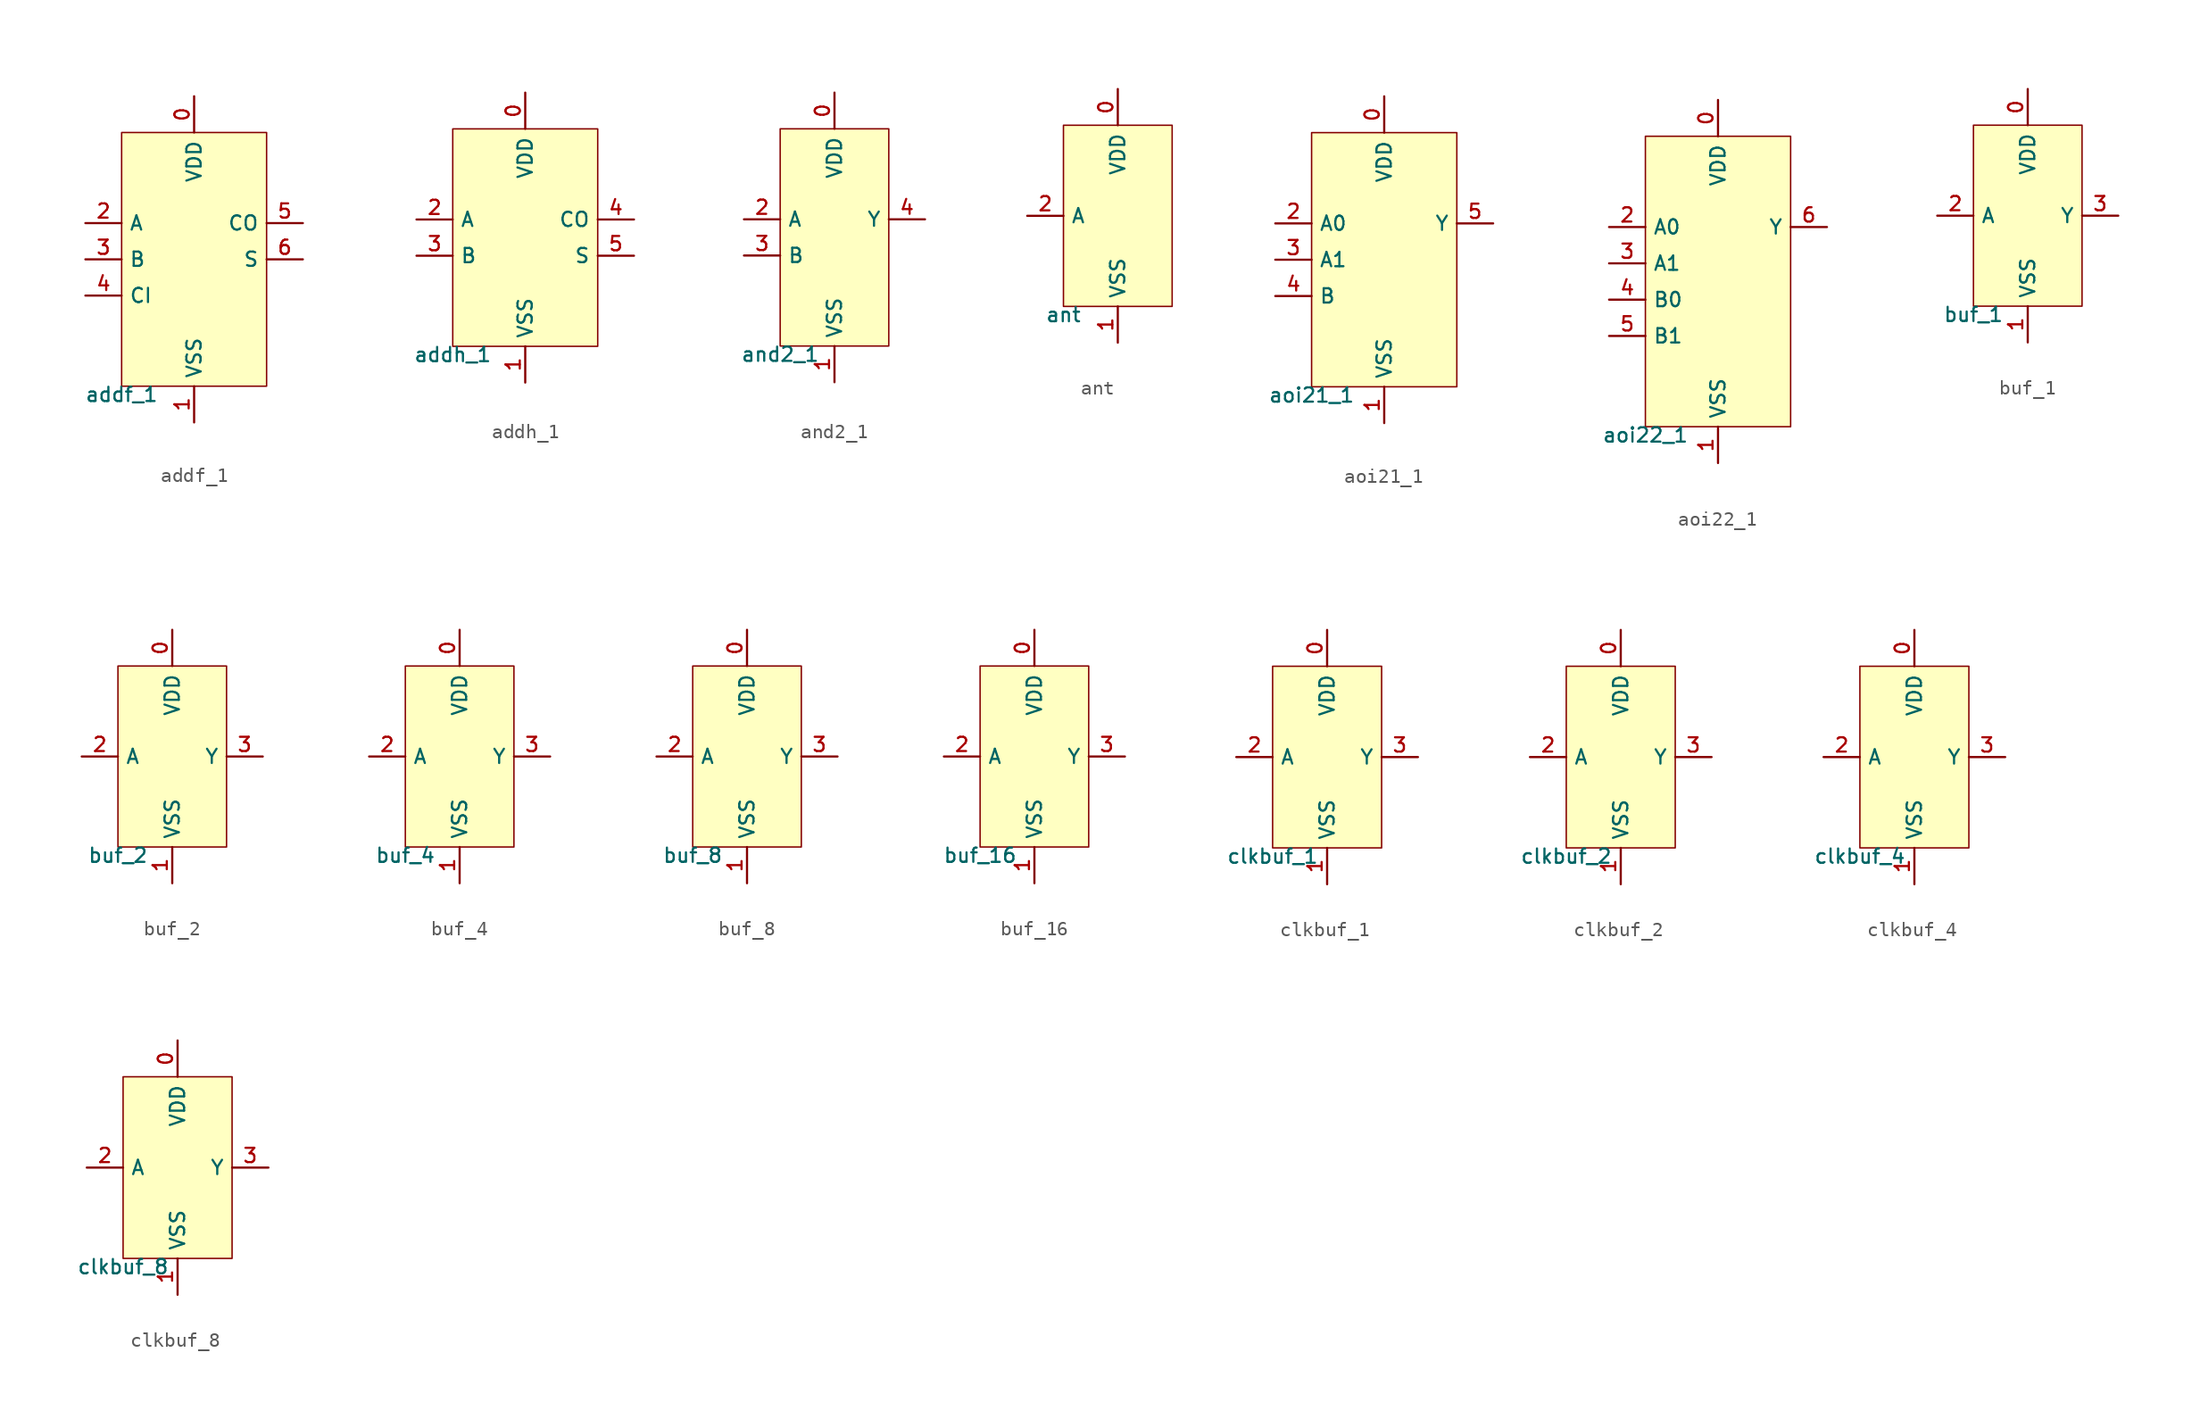
<source format=kicad_sym>
(kicad_symbol_lib
  (version 20211014)
  (generator pdk2kicad)
  (symbol "addf_1"
    (property "Reference" "X"
      (at 0 0 0)
      (effects (font (size 1 1)) hide))
    (property "Value" "addf_1"
      (at -5.08 -8.89 0)
      (effects (font (size 1 1)) (justify top)))
    (rectangle
      (start -5.08 -8.89)
      (end 5.08 8.89)
      (stroke (width 0.1) (type solid) (color 0 0 0 0))
      (fill (type background)))
    (pin power_in line
      (at 0.0 11.43 270)
      (length 2.54)
      (name "VDD" (effects (font (size 1 1)) hide))
      (number "0" (effects (font (size 1 1)) hide)))
    (pin power_in line
      (at 0.0 -11.43 90)
      (length 2.54)
      (name "VSS" (effects (font (size 1 1)) hide))
      (number "1" (effects (font (size 1 1)) hide)))
    (pin input line
      (at -7.62 2.54 0)
      (length 2.54)
      (name "A" (effects (font (size 1 1)) hide))
      (number "2" (effects (font (size 1 1)) hide)))
    (pin input line
      (at -7.62 4.440892098500626e-16 0)
      (length 2.54)
      (name "B" (effects (font (size 1 1)) hide))
      (number "3" (effects (font (size 1 1)) hide)))
    (pin input line
      (at -7.62 -2.54 0)
      (length 2.54)
      (name "CI" (effects (font (size 1 1)) hide))
      (number "4" (effects (font (size 1 1)) hide)))
    (pin output line
      (at 7.62 2.54 180)
      (length 2.54)
      (name "CO" (effects (font (size 1 1)) hide))
      (number "5" (effects (font (size 1 1)) hide)))
    (pin output line
      (at 7.62 4.440892098500626e-16 180)
      (length 2.54)
      (name "S" (effects (font (size 1 1)) hide))
      (number "6" (effects (font (size 1 1)) hide))))
  (symbol "addh_1"
    (property "Reference" "X"
      (at 0 0 0)
      (effects (font (size 1 1)) hide))
    (property "Value" "addh_1"
      (at -5.08 -7.62 0)
      (effects (font (size 1 1)) (justify top)))
    (rectangle
      (start -5.08 -7.62)
      (end 5.08 7.62)
      (stroke (width 0.1) (type solid) (color 0 0 0 0))
      (fill (type background)))
    (pin power_in line
      (at 0.0 10.16 270)
      (length 2.54)
      (name "VDD" (effects (font (size 1 1)) hide))
      (number "0" (effects (font (size 1 1)) hide)))
    (pin power_in line
      (at 0.0 -10.16 90)
      (length 2.54)
      (name "VSS" (effects (font (size 1 1)) hide))
      (number "1" (effects (font (size 1 1)) hide)))
    (pin input line
      (at -7.62 1.27 0)
      (length 2.54)
      (name "A" (effects (font (size 1 1)) hide))
      (number "2" (effects (font (size 1 1)) hide)))
    (pin input line
      (at -7.62 -1.27 0)
      (length 2.54)
      (name "B" (effects (font (size 1 1)) hide))
      (number "3" (effects (font (size 1 1)) hide)))
    (pin output line
      (at 7.62 1.27 180)
      (length 2.54)
      (name "CO" (effects (font (size 1 1)) hide))
      (number "4" (effects (font (size 1 1)) hide)))
    (pin output line
      (at 7.62 -1.27 180)
      (length 2.54)
      (name "S" (effects (font (size 1 1)) hide))
      (number "5" (effects (font (size 1 1)) hide))))
  (symbol "and2_1"
    (property "Reference" "X"
      (at 0 0 0)
      (effects (font (size 1 1)) hide))
    (property "Value" "and2_1"
      (at -3.81 -7.62 0)
      (effects (font (size 1 1)) (justify top)))
    (rectangle
      (start -3.81 -7.62)
      (end 3.81 7.62)
      (stroke (width 0.1) (type solid) (color 0 0 0 0))
      (fill (type background)))
    (pin power_in line
      (at 0.0 10.16 270)
      (length 2.54)
      (name "VDD" (effects (font (size 1 1)) hide))
      (number "0" (effects (font (size 1 1)) hide)))
    (pin power_in line
      (at 0.0 -10.16 90)
      (length 2.54)
      (name "VSS" (effects (font (size 1 1)) hide))
      (number "1" (effects (font (size 1 1)) hide)))
    (pin input line
      (at -6.35 1.27 0)
      (length 2.54)
      (name "A" (effects (font (size 1 1)) hide))
      (number "2" (effects (font (size 1 1)) hide)))
    (pin input line
      (at -6.35 -1.27 0)
      (length 2.54)
      (name "B" (effects (font (size 1 1)) hide))
      (number "3" (effects (font (size 1 1)) hide)))
    (pin output line
      (at 6.35 1.27 180)
      (length 2.54)
      (name "Y" (effects (font (size 1 1)) hide))
      (number "4" (effects (font (size 1 1)) hide))))
  (symbol "ant"
    (property "Reference" "X"
      (at 0 0 0)
      (effects (font (size 1 1)) hide))
    (property "Value" "ant"
      (at -3.81 -6.35 0)
      (effects (font (size 1 1)) (justify top)))
    (rectangle
      (start -3.81 -6.35)
      (end 3.81 6.35)
      (stroke (width 0.1) (type solid) (color 0 0 0 0))
      (fill (type background)))
    (pin power_in line
      (at 0.0 8.89 270)
      (length 2.54)
      (name "VDD" (effects (font (size 1 1)) hide))
      (number "0" (effects (font (size 1 1)) hide)))
    (pin power_in line
      (at 0.0 -8.89 90)
      (length 2.54)
      (name "VSS" (effects (font (size 1 1)) hide))
      (number "1" (effects (font (size 1 1)) hide)))
    (pin input line
      (at -6.35 -4.440892098500626e-16 0)
      (length 2.54)
      (name "A" (effects (font (size 1 1)) hide))
      (number "2" (effects (font (size 1 1)) hide))))
  (symbol "aoi21_1"
    (property "Reference" "X"
      (at 0 0 0)
      (effects (font (size 1 1)) hide))
    (property "Value" "aoi21_1"
      (at -5.08 -8.89 0)
      (effects (font (size 1 1)) (justify top)))
    (rectangle
      (start -5.08 -8.89)
      (end 5.08 8.89)
      (stroke (width 0.1) (type solid) (color 0 0 0 0))
      (fill (type background)))
    (pin power_in line
      (at 0.0 11.43 270)
      (length 2.54)
      (name "VDD" (effects (font (size 1 1)) hide))
      (number "0" (effects (font (size 1 1)) hide)))
    (pin power_in line
      (at 0.0 -11.43 90)
      (length 2.54)
      (name "VSS" (effects (font (size 1 1)) hide))
      (number "1" (effects (font (size 1 1)) hide)))
    (pin input line
      (at -7.62 2.54 0)
      (length 2.54)
      (name "A0" (effects (font (size 1 1)) hide))
      (number "2" (effects (font (size 1 1)) hide)))
    (pin input line
      (at -7.62 4.440892098500626e-16 0)
      (length 2.54)
      (name "A1" (effects (font (size 1 1)) hide))
      (number "3" (effects (font (size 1 1)) hide)))
    (pin input line
      (at -7.62 -2.54 0)
      (length 2.54)
      (name "B" (effects (font (size 1 1)) hide))
      (number "4" (effects (font (size 1 1)) hide)))
    (pin output line
      (at 7.62 2.54 180)
      (length 2.54)
      (name "Y" (effects (font (size 1 1)) hide))
      (number "5" (effects (font (size 1 1)) hide))))
  (symbol "aoi22_1"
    (property "Reference" "X"
      (at 0 0 0)
      (effects (font (size 1 1)) hide))
    (property "Value" "aoi22_1"
      (at -5.08 -10.16 0)
      (effects (font (size 1 1)) (justify top)))
    (rectangle
      (start -5.08 -10.16)
      (end 5.08 10.16)
      (stroke (width 0.1) (type solid) (color 0 0 0 0))
      (fill (type background)))
    (pin power_in line
      (at 0.0 12.7 270)
      (length 2.54)
      (name "VDD" (effects (font (size 1 1)) hide))
      (number "0" (effects (font (size 1 1)) hide)))
    (pin power_in line
      (at 0.0 -12.7 90)
      (length 2.54)
      (name "VSS" (effects (font (size 1 1)) hide))
      (number "1" (effects (font (size 1 1)) hide)))
    (pin input line
      (at -7.62 3.81 0)
      (length 2.54)
      (name "A0" (effects (font (size 1 1)) hide))
      (number "2" (effects (font (size 1 1)) hide)))
    (pin input line
      (at -7.62 1.27 0)
      (length 2.54)
      (name "A1" (effects (font (size 1 1)) hide))
      (number "3" (effects (font (size 1 1)) hide)))
    (pin input line
      (at -7.62 -1.27 0)
      (length 2.54)
      (name "B0" (effects (font (size 1 1)) hide))
      (number "4" (effects (font (size 1 1)) hide)))
    (pin input line
      (at -7.62 -3.81 0)
      (length 2.54)
      (name "B1" (effects (font (size 1 1)) hide))
      (number "5" (effects (font (size 1 1)) hide)))
    (pin output line
      (at 7.62 3.81 180)
      (length 2.54)
      (name "Y" (effects (font (size 1 1)) hide))
      (number "6" (effects (font (size 1 1)) hide))))
  (symbol "buf_1"
    (property "Reference" "X"
      (at 0 0 0)
      (effects (font (size 1 1)) hide))
    (property "Value" "buf_1"
      (at -3.81 -6.35 0)
      (effects (font (size 1 1)) (justify top)))
    (rectangle
      (start -3.81 -6.35)
      (end 3.81 6.35)
      (stroke (width 0.1) (type solid) (color 0 0 0 0))
      (fill (type background)))
    (pin power_in line
      (at 0.0 8.89 270)
      (length 2.54)
      (name "VDD" (effects (font (size 1 1)) hide))
      (number "0" (effects (font (size 1 1)) hide)))
    (pin power_in line
      (at 0.0 -8.89 90)
      (length 2.54)
      (name "VSS" (effects (font (size 1 1)) hide))
      (number "1" (effects (font (size 1 1)) hide)))
    (pin input line
      (at -6.35 -4.440892098500626e-16 0)
      (length 2.54)
      (name "A" (effects (font (size 1 1)) hide))
      (number "2" (effects (font (size 1 1)) hide)))
    (pin output line
      (at 6.35 -4.440892098500626e-16 180)
      (length 2.54)
      (name "Y" (effects (font (size 1 1)) hide))
      (number "3" (effects (font (size 1 1)) hide))))
  (symbol "buf_2"
    (property "Reference" "X"
      (at 0 0 0)
      (effects (font (size 1 1)) hide))
    (property "Value" "buf_2"
      (at -3.81 -6.35 0)
      (effects (font (size 1 1)) (justify top)))
    (rectangle
      (start -3.81 -6.35)
      (end 3.81 6.35)
      (stroke (width 0.1) (type solid) (color 0 0 0 0))
      (fill (type background)))
    (pin power_in line
      (at 0.0 8.89 270)
      (length 2.54)
      (name "VDD" (effects (font (size 1 1)) hide))
      (number "0" (effects (font (size 1 1)) hide)))
    (pin power_in line
      (at 0.0 -8.89 90)
      (length 2.54)
      (name "VSS" (effects (font (size 1 1)) hide))
      (number "1" (effects (font (size 1 1)) hide)))
    (pin input line
      (at -6.35 -4.440892098500626e-16 0)
      (length 2.54)
      (name "A" (effects (font (size 1 1)) hide))
      (number "2" (effects (font (size 1 1)) hide)))
    (pin output line
      (at 6.35 -4.440892098500626e-16 180)
      (length 2.54)
      (name "Y" (effects (font (size 1 1)) hide))
      (number "3" (effects (font (size 1 1)) hide))))
  (symbol "buf_4"
    (property "Reference" "X"
      (at 0 0 0)
      (effects (font (size 1 1)) hide))
    (property "Value" "buf_4"
      (at -3.81 -6.35 0)
      (effects (font (size 1 1)) (justify top)))
    (rectangle
      (start -3.81 -6.35)
      (end 3.81 6.35)
      (stroke (width 0.1) (type solid) (color 0 0 0 0))
      (fill (type background)))
    (pin power_in line
      (at 0.0 8.89 270)
      (length 2.54)
      (name "VDD" (effects (font (size 1 1)) hide))
      (number "0" (effects (font (size 1 1)) hide)))
    (pin power_in line
      (at 0.0 -8.89 90)
      (length 2.54)
      (name "VSS" (effects (font (size 1 1)) hide))
      (number "1" (effects (font (size 1 1)) hide)))
    (pin input line
      (at -6.35 -4.440892098500626e-16 0)
      (length 2.54)
      (name "A" (effects (font (size 1 1)) hide))
      (number "2" (effects (font (size 1 1)) hide)))
    (pin output line
      (at 6.35 -4.440892098500626e-16 180)
      (length 2.54)
      (name "Y" (effects (font (size 1 1)) hide))
      (number "3" (effects (font (size 1 1)) hide))))
  (symbol "buf_8"
    (property "Reference" "X"
      (at 0 0 0)
      (effects (font (size 1 1)) hide))
    (property "Value" "buf_8"
      (at -3.81 -6.35 0)
      (effects (font (size 1 1)) (justify top)))
    (rectangle
      (start -3.81 -6.35)
      (end 3.81 6.35)
      (stroke (width 0.1) (type solid) (color 0 0 0 0))
      (fill (type background)))
    (pin power_in line
      (at 0.0 8.89 270)
      (length 2.54)
      (name "VDD" (effects (font (size 1 1)) hide))
      (number "0" (effects (font (size 1 1)) hide)))
    (pin power_in line
      (at 0.0 -8.89 90)
      (length 2.54)
      (name "VSS" (effects (font (size 1 1)) hide))
      (number "1" (effects (font (size 1 1)) hide)))
    (pin input line
      (at -6.35 -4.440892098500626e-16 0)
      (length 2.54)
      (name "A" (effects (font (size 1 1)) hide))
      (number "2" (effects (font (size 1 1)) hide)))
    (pin output line
      (at 6.35 -4.440892098500626e-16 180)
      (length 2.54)
      (name "Y" (effects (font (size 1 1)) hide))
      (number "3" (effects (font (size 1 1)) hide))))
  (symbol "buf_16"
    (property "Reference" "X"
      (at 0 0 0)
      (effects (font (size 1 1)) hide))
    (property "Value" "buf_16"
      (at -3.81 -6.35 0)
      (effects (font (size 1 1)) (justify top)))
    (rectangle
      (start -3.81 -6.35)
      (end 3.81 6.35)
      (stroke (width 0.1) (type solid) (color 0 0 0 0))
      (fill (type background)))
    (pin power_in line
      (at 0.0 8.89 270)
      (length 2.54)
      (name "VDD" (effects (font (size 1 1)) hide))
      (number "0" (effects (font (size 1 1)) hide)))
    (pin power_in line
      (at 0.0 -8.89 90)
      (length 2.54)
      (name "VSS" (effects (font (size 1 1)) hide))
      (number "1" (effects (font (size 1 1)) hide)))
    (pin input line
      (at -6.35 -4.440892098500626e-16 0)
      (length 2.54)
      (name "A" (effects (font (size 1 1)) hide))
      (number "2" (effects (font (size 1 1)) hide)))
    (pin output line
      (at 6.35 -4.440892098500626e-16 180)
      (length 2.54)
      (name "Y" (effects (font (size 1 1)) hide))
      (number "3" (effects (font (size 1 1)) hide))))
  (symbol "clkbuf_1"
    (property "Reference" "X"
      (at 0 0 0)
      (effects (font (size 1 1)) hide))
    (property "Value" "clkbuf_1"
      (at -3.81 -6.35 0)
      (effects (font (size 1 1)) (justify top)))
    (rectangle
      (start -3.81 -6.35)
      (end 3.81 6.35)
      (stroke (width 0.1) (type solid) (color 0 0 0 0))
      (fill (type background)))
    (pin power_in line
      (at 0.0 8.89 270)
      (length 2.54)
      (name "VDD" (effects (font (size 1 1)) hide))
      (number "0" (effects (font (size 1 1)) hide)))
    (pin power_in line
      (at 0.0 -8.89 90)
      (length 2.54)
      (name "VSS" (effects (font (size 1 1)) hide))
      (number "1" (effects (font (size 1 1)) hide)))
    (pin input line
      (at -6.35 -4.440892098500626e-16 0)
      (length 2.54)
      (name "A" (effects (font (size 1 1)) hide))
      (number "2" (effects (font (size 1 1)) hide)))
    (pin output line
      (at 6.35 -4.440892098500626e-16 180)
      (length 2.54)
      (name "Y" (effects (font (size 1 1)) hide))
      (number "3" (effects (font (size 1 1)) hide))))
  (symbol "clkbuf_2"
    (property "Reference" "X"
      (at 0 0 0)
      (effects (font (size 1 1)) hide))
    (property "Value" "clkbuf_2"
      (at -3.81 -6.35 0)
      (effects (font (size 1 1)) (justify top)))
    (rectangle
      (start -3.81 -6.35)
      (end 3.81 6.35)
      (stroke (width 0.1) (type solid) (color 0 0 0 0))
      (fill (type background)))
    (pin power_in line
      (at 0.0 8.89 270)
      (length 2.54)
      (name "VDD" (effects (font (size 1 1)) hide))
      (number "0" (effects (font (size 1 1)) hide)))
    (pin power_in line
      (at 0.0 -8.89 90)
      (length 2.54)
      (name "VSS" (effects (font (size 1 1)) hide))
      (number "1" (effects (font (size 1 1)) hide)))
    (pin input line
      (at -6.35 -4.440892098500626e-16 0)
      (length 2.54)
      (name "A" (effects (font (size 1 1)) hide))
      (number "2" (effects (font (size 1 1)) hide)))
    (pin output line
      (at 6.35 -4.440892098500626e-16 180)
      (length 2.54)
      (name "Y" (effects (font (size 1 1)) hide))
      (number "3" (effects (font (size 1 1)) hide))))
  (symbol "clkbuf_4"
    (property "Reference" "X"
      (at 0 0 0)
      (effects (font (size 1 1)) hide))
    (property "Value" "clkbuf_4"
      (at -3.81 -6.35 0)
      (effects (font (size 1 1)) (justify top)))
    (rectangle
      (start -3.81 -6.35)
      (end 3.81 6.35)
      (stroke (width 0.1) (type solid) (color 0 0 0 0))
      (fill (type background)))
    (pin power_in line
      (at 0.0 8.89 270)
      (length 2.54)
      (name "VDD" (effects (font (size 1 1)) hide))
      (number "0" (effects (font (size 1 1)) hide)))
    (pin power_in line
      (at 0.0 -8.89 90)
      (length 2.54)
      (name "VSS" (effects (font (size 1 1)) hide))
      (number "1" (effects (font (size 1 1)) hide)))
    (pin input line
      (at -6.35 -4.440892098500626e-16 0)
      (length 2.54)
      (name "A" (effects (font (size 1 1)) hide))
      (number "2" (effects (font (size 1 1)) hide)))
    (pin output line
      (at 6.35 -4.440892098500626e-16 180)
      (length 2.54)
      (name "Y" (effects (font (size 1 1)) hide))
      (number "3" (effects (font (size 1 1)) hide))))
  (symbol "clkbuf_8"
    (property "Reference" "X"
      (at 0 0 0)
      (effects (font (size 1 1)) hide))
    (property "Value" "clkbuf_8"
      (at -3.81 -6.35 0)
      (effects (font (size 1 1)) (justify top)))
    (rectangle
      (start -3.81 -6.35)
      (end 3.81 6.35)
      (stroke (width 0.1) (type solid) (color 0 0 0 0))
      (fill (type background)))
    (pin power_in line
      (at 0.0 8.89 270)
      (length 2.54)
      (name "VDD" (effects (font (size 1 1)) hide))
      (number "0" (effects (font (size 1 1)) hide)))
    (pin power_in line
      (at 0.0 -8.89 90)
      (length 2.54)
      (name "VSS" (effects (font (size 1 1)) hide))
      (number "1" (effects (font (size 1 1)) hide)))
    (pin input line
      (at -6.35 -4.440892098500626e-16 0)
      (length 2.54)
      (name "A" (effects (font (size 1 1)) hide))
      (number "2" (effects (font (size 1 1)) hide)))
    (pin output line
      (at 6.35 -4.440892098500626e-16 180)
      (length 2.54)
      (name "Y" (effects (font (size 1 1)) hide))
      (number "3" (effects (font (size 1 1)) hide)))))
</source>
